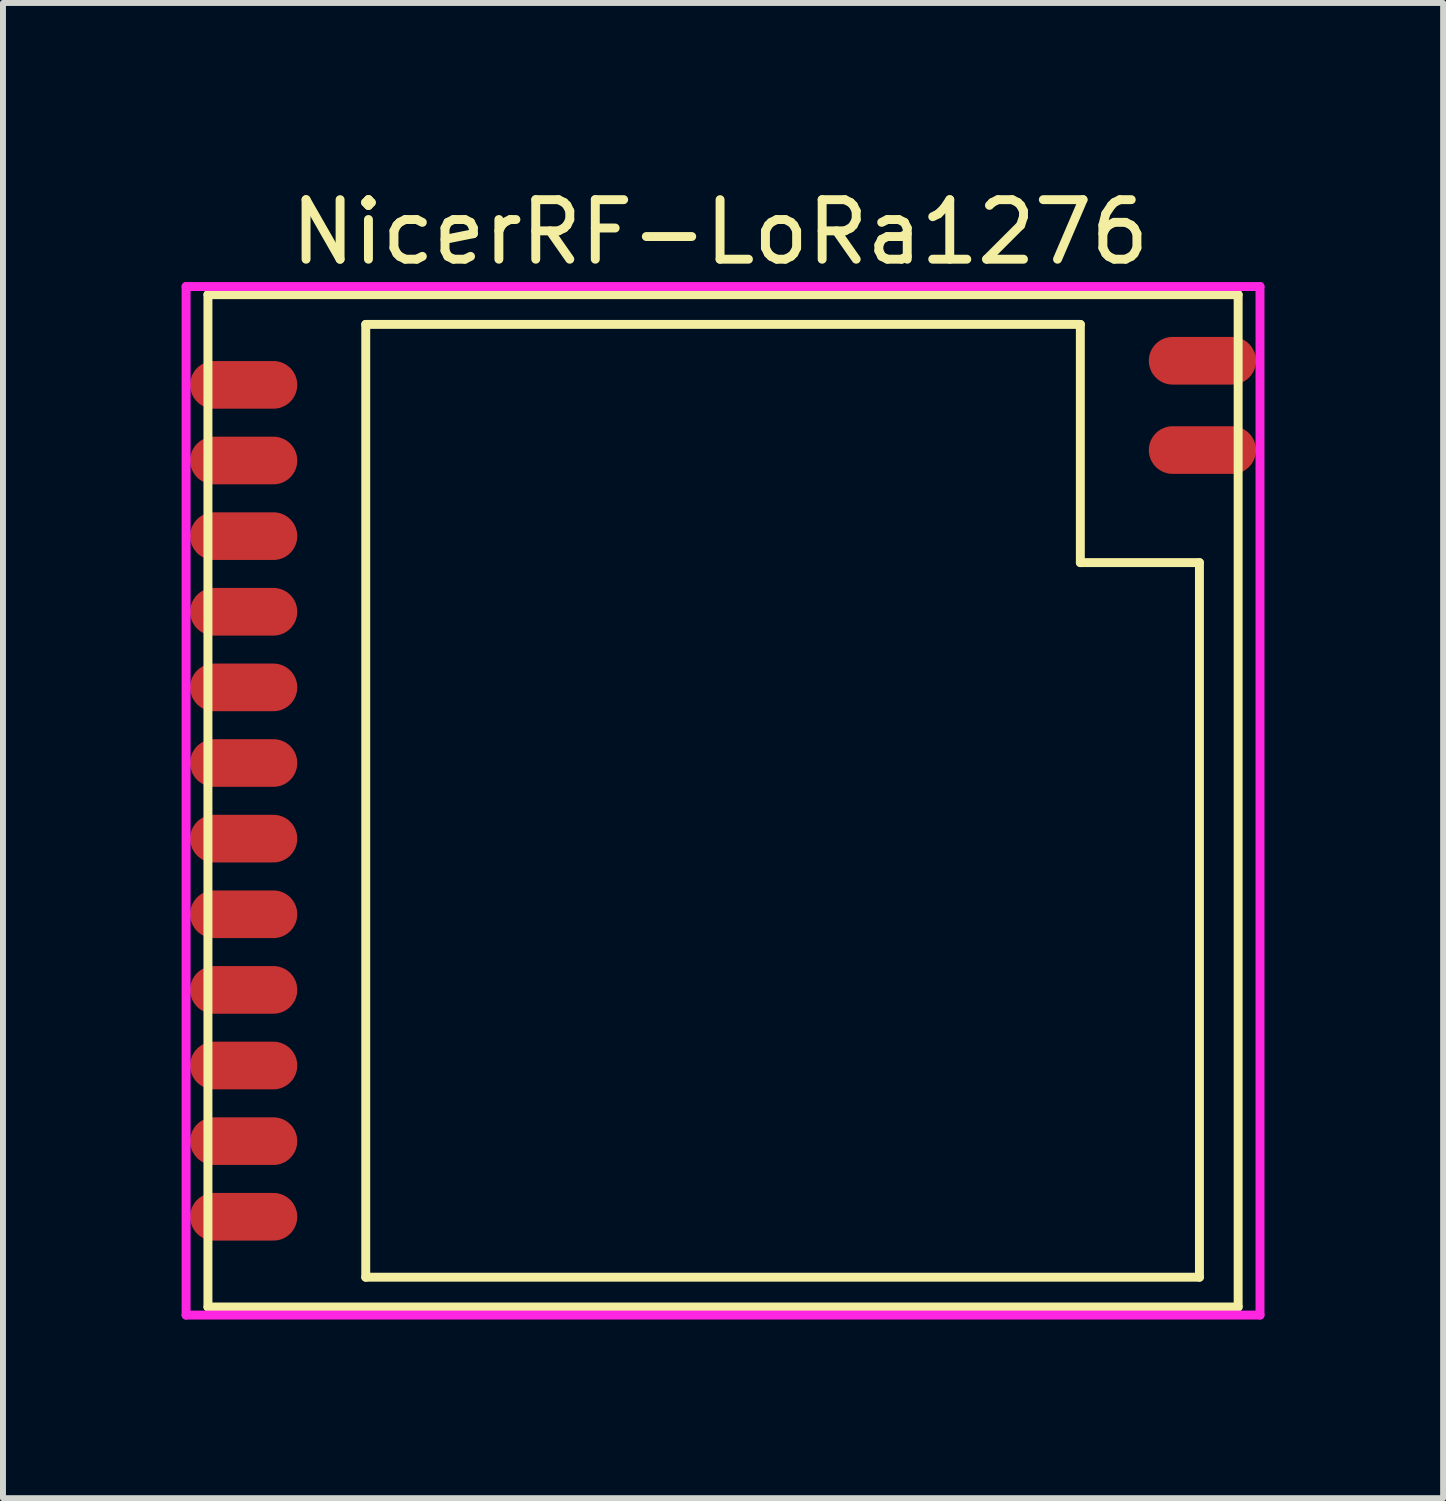
<source format=kicad_pcb>
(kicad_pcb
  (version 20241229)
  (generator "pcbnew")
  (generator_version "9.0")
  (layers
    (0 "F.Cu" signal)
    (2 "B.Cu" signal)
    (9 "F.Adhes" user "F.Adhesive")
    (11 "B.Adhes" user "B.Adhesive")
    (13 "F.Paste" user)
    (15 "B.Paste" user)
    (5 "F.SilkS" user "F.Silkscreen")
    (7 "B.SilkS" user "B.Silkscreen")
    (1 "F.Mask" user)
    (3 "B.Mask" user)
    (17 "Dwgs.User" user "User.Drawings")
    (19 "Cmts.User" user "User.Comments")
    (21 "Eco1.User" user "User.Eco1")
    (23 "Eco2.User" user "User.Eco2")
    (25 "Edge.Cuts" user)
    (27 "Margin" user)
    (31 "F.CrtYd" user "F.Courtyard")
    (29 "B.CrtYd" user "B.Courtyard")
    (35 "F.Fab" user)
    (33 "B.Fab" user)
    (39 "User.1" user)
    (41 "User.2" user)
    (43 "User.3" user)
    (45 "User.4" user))
  (footprint "NicerRF-LoRa1276"
    (layer "F.Cu")
    (at 9.092 10.398)
    (property "Reference" "NicerRF-LoRa1276" (at -0.05 -9.55 0) (layer "F.SilkS") (effects (font (size 1 1) (thickness 0.15))))
    (attr smd)
    (fp_line (start -8.65 -8.5) (end 8.65 -8.5) (stroke (width 0.15) (type solid)) (layer "F.SilkS"))
    (fp_line (start -8.65 8.5) (end -8.65 -8.5) (stroke (width 0.15) (type solid)) (layer "F.SilkS"))
    (fp_line (start -6 -8) (end -6 8) (stroke (width 0.15) (type solid)) (layer "F.SilkS"))
    (fp_line (start -6 8) (end 8 8) (stroke (width 0.15) (type solid)) (layer "F.SilkS"))
    (fp_line (start 6 -8) (end -6 -8) (stroke (width 0.15) (type solid)) (layer "F.SilkS"))
    (fp_line (start 6 -4) (end 6 -8) (stroke (width 0.15) (type solid)) (layer "F.SilkS"))
    (fp_line (start 8 -4) (end 6 -4) (stroke (width 0.15) (type solid)) (layer "F.SilkS"))
    (fp_line (start 8 8) (end 8 -4) (stroke (width 0.15) (type solid)) (layer "F.SilkS"))
    (fp_line (start 8.65 -8.5) (end 8.65 8.5) (stroke (width 0.15) (type solid)) (layer "F.SilkS"))
    (fp_line (start 8.65 8.5) (end -8.65 8.5) (stroke (width 0.15) (type solid)) (layer "F.SilkS"))
    (fp_line (start -9.017 -8.636) (end 9.017 -8.636) (stroke (width 0.15) (type solid)) (layer "F.CrtYd"))
    (fp_line (start -9.017 8.636) (end -9.017 -8.636) (stroke (width 0.15) (type solid)) (layer "F.CrtYd"))
    (fp_line (start 9.017 -8.636) (end 9.017 8.636) (stroke (width 0.15) (type solid)) (layer "F.CrtYd"))
    (fp_line (start 9.017 8.636) (end -9.017 8.636) (stroke (width 0.15) (type solid)) (layer "F.CrtYd"))
    (pad "1" smd oval (at -8.05 -6.985) (size 1.8 0.8) (layers "F.Cu" "F.Mask" "F.Paste"))
    (pad "2" smd oval (at -8.05 -5.715) (size 1.8 0.8) (layers "F.Cu" "F.Mask" "F.Paste"))
    (pad "3" smd oval (at -8.05 -4.445) (size 1.8 0.8) (layers "F.Cu" "F.Mask" "F.Paste"))
    (pad "4" smd oval (at -8.05 -3.175) (size 1.8 0.8) (layers "F.Cu" "F.Mask" "F.Paste"))
    (pad "5" smd oval (at -8.05 -1.905) (size 1.8 0.8) (layers "F.Cu" "F.Mask" "F.Paste"))
    (pad "6" smd oval (at -8.05 -0.635) (size 1.8 0.8) (layers "F.Cu" "F.Mask" "F.Paste"))
    (pad "7" smd oval (at -8.05 0.635) (size 1.8 0.8) (layers "F.Cu" "F.Mask" "F.Paste"))
    (pad "8" smd oval (at -8.05 1.905) (size 1.8 0.8) (layers "F.Cu" "F.Mask" "F.Paste"))
    (pad "9" smd oval (at -8.05 3.175) (size 1.8 0.8) (layers "F.Cu" "F.Mask" "F.Paste"))
    (pad "10" smd oval (at -8.05 4.445) (size 1.8 0.8) (layers "F.Cu" "F.Mask" "F.Paste"))
    (pad "11" smd oval (at -8.05 5.715) (size 1.8 0.8) (layers "F.Cu" "F.Mask" "F.Paste"))
    (pad "12" smd oval (at -8.05 6.985) (size 1.8 0.8) (layers "F.Cu" "F.Mask" "F.Paste"))
    (pad "13" smd oval (at 8.05 -7.39) (size 1.8 0.8) (layers "F.Cu" "F.Mask" "F.Paste"))
    (pad "14" smd oval (at 8.05 -5.89) (size 1.8 0.8) (layers "F.Cu" "F.Mask" "F.Paste")))
  (gr_rect
    (start -3 -3)
    (end 21.184 22.109)
    (stroke (width 0.1) (type default))
    (fill no)
    (layer "Edge.Cuts")))
</source>
